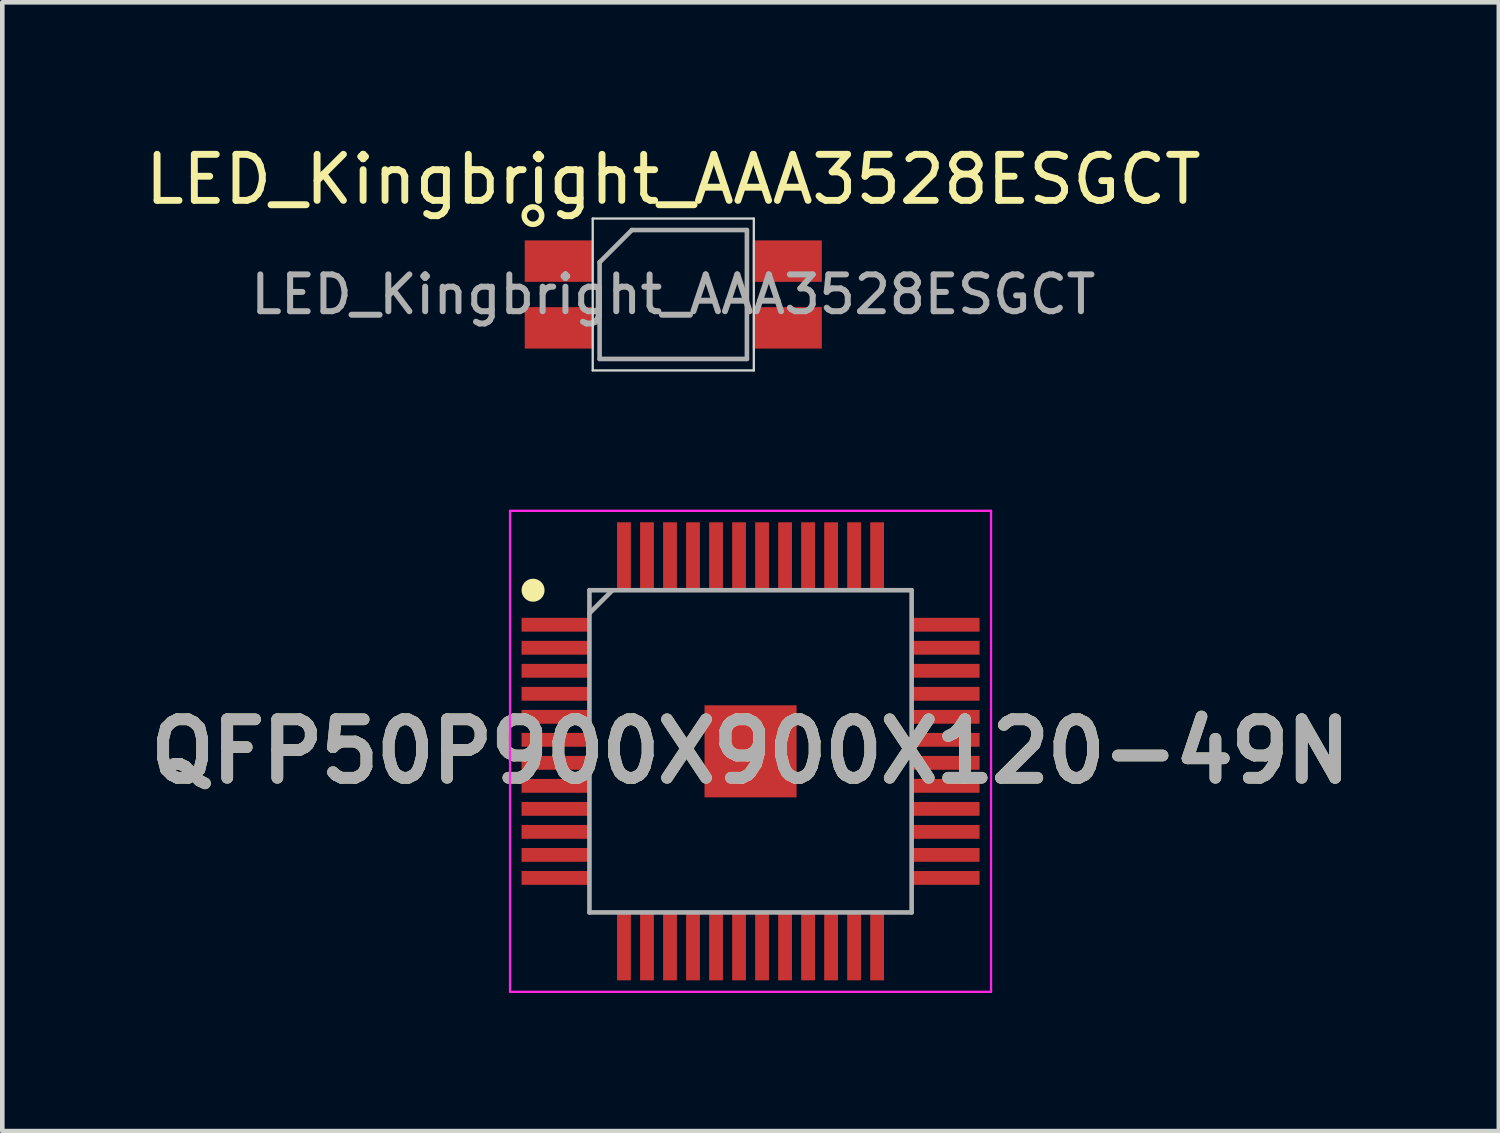
<source format=kicad_pcb>
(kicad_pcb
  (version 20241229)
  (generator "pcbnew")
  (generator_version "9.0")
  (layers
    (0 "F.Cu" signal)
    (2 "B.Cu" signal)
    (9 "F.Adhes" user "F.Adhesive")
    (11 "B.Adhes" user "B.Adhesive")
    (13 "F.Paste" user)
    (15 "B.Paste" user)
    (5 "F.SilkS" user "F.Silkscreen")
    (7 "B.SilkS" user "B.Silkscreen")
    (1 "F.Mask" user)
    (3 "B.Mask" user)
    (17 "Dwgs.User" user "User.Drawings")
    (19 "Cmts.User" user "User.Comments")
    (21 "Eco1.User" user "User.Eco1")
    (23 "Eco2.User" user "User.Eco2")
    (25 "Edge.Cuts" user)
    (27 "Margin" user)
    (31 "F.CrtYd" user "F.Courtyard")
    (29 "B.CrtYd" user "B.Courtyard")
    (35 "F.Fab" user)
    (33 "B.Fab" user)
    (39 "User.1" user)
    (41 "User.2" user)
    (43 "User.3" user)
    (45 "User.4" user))
  (footprint "QFP50P900X900X120-49N"
    (layer "F.Cu")
    (at 13.256 13.273)
    (property "Reference" "QFP50P900X900X120-49N" (at 0 0 0) (layer "F.SilkS") (effects (font (size 1.27 1.27) (thickness 0.254))))
    (attr smd)
    (fp_circle (center -4.725 -3.5) (end -4.725 -3.375) (stroke (width 0.25) (type solid)) (fill no) (layer "F.SilkS"))
    (fp_line (start -5.225 -5.225) (end 5.225 -5.225) (stroke (width 0.05) (type solid)) (layer "F.CrtYd"))
    (fp_line (start -5.225 5.225) (end -5.225 -5.225) (stroke (width 0.05) (type solid)) (layer "F.CrtYd"))
    (fp_line (start 5.225 -5.225) (end 5.225 5.225) (stroke (width 0.05) (type solid)) (layer "F.CrtYd"))
    (fp_line (start 5.225 5.225) (end -5.225 5.225) (stroke (width 0.05) (type solid)) (layer "F.CrtYd"))
    (fp_line (start -3.5 -3.5) (end 3.5 -3.5) (stroke (width 0.1) (type solid)) (layer "F.Fab"))
    (fp_line (start -3.5 -3) (end -3 -3.5) (stroke (width 0.1) (type solid)) (layer "F.Fab"))
    (fp_line (start -3.5 3.5) (end -3.5 -3.5) (stroke (width 0.1) (type solid)) (layer "F.Fab"))
    (fp_line (start 3.5 -3.5) (end 3.5 3.5) (stroke (width 0.1) (type solid)) (layer "F.Fab"))
    (fp_line (start 3.5 3.5) (end -3.5 3.5) (stroke (width 0.1) (type solid)) (layer "F.Fab"))
    (fp_text user "${REFERENCE}" (at 0 0 0) (layer "F.Fab") (effects (font (size 1.27 1.27) (thickness 0.254))))
    (pad "1" smd rect (at -4.238 -2.75 90) (size 0.3 1.475) (layers "F.Cu" "F.Mask" "F.Paste"))
    (pad "2" smd rect (at -4.238 -2.25 90) (size 0.3 1.475) (layers "F.Cu" "F.Mask" "F.Paste"))
    (pad "3" smd rect (at -4.238 -1.75 90) (size 0.3 1.475) (layers "F.Cu" "F.Mask" "F.Paste"))
    (pad "4" smd rect (at -4.238 -1.25 90) (size 0.3 1.475) (layers "F.Cu" "F.Mask" "F.Paste"))
    (pad "5" smd rect (at -4.238 -0.75 90) (size 0.3 1.475) (layers "F.Cu" "F.Mask" "F.Paste"))
    (pad "6" smd rect (at -4.238 -0.25 90) (size 0.3 1.475) (layers "F.Cu" "F.Mask" "F.Paste"))
    (pad "7" smd rect (at -4.238 0.25 90) (size 0.3 1.475) (layers "F.Cu" "F.Mask" "F.Paste"))
    (pad "8" smd rect (at -4.238 0.75 90) (size 0.3 1.475) (layers "F.Cu" "F.Mask" "F.Paste"))
    (pad "9" smd rect (at -4.238 1.25 90) (size 0.3 1.475) (layers "F.Cu" "F.Mask" "F.Paste"))
    (pad "10" smd rect (at -4.238 1.75 90) (size 0.3 1.475) (layers "F.Cu" "F.Mask" "F.Paste"))
    (pad "11" smd rect (at -4.238 2.25 90) (size 0.3 1.475) (layers "F.Cu" "F.Mask" "F.Paste"))
    (pad "12" smd rect (at -4.238 2.75 90) (size 0.3 1.475) (layers "F.Cu" "F.Mask" "F.Paste"))
    (pad "13" smd rect (at -2.75 4.238) (size 0.3 1.475) (layers "F.Cu" "F.Mask" "F.Paste"))
    (pad "14" smd rect (at -2.25 4.238) (size 0.3 1.475) (layers "F.Cu" "F.Mask" "F.Paste"))
    (pad "15" smd rect (at -1.75 4.238) (size 0.3 1.475) (layers "F.Cu" "F.Mask" "F.Paste"))
    (pad "16" smd rect (at -1.25 4.238) (size 0.3 1.475) (layers "F.Cu" "F.Mask" "F.Paste"))
    (pad "17" smd rect (at -0.75 4.238) (size 0.3 1.475) (layers "F.Cu" "F.Mask" "F.Paste"))
    (pad "18" smd rect (at -0.25 4.238) (size 0.3 1.475) (layers "F.Cu" "F.Mask" "F.Paste"))
    (pad "19" smd rect (at 0.25 4.238) (size 0.3 1.475) (layers "F.Cu" "F.Mask" "F.Paste"))
    (pad "20" smd rect (at 0.75 4.238) (size 0.3 1.475) (layers "F.Cu" "F.Mask" "F.Paste"))
    (pad "21" smd rect (at 1.25 4.238) (size 0.3 1.475) (layers "F.Cu" "F.Mask" "F.Paste"))
    (pad "22" smd rect (at 1.75 4.238) (size 0.3 1.475) (layers "F.Cu" "F.Mask" "F.Paste"))
    (pad "23" smd rect (at 2.25 4.238) (size 0.3 1.475) (layers "F.Cu" "F.Mask" "F.Paste"))
    (pad "24" smd rect (at 2.75 4.238) (size 0.3 1.475) (layers "F.Cu" "F.Mask" "F.Paste"))
    (pad "25" smd rect (at 4.238 2.75 90) (size 0.3 1.475) (layers "F.Cu" "F.Mask" "F.Paste"))
    (pad "26" smd rect (at 4.238 2.25 90) (size 0.3 1.475) (layers "F.Cu" "F.Mask" "F.Paste"))
    (pad "27" smd rect (at 4.238 1.75 90) (size 0.3 1.475) (layers "F.Cu" "F.Mask" "F.Paste"))
    (pad "28" smd rect (at 4.238 1.25 90) (size 0.3 1.475) (layers "F.Cu" "F.Mask" "F.Paste"))
    (pad "29" smd rect (at 4.238 0.75 90) (size 0.3 1.475) (layers "F.Cu" "F.Mask" "F.Paste"))
    (pad "30" smd rect (at 4.238 0.25 90) (size 0.3 1.475) (layers "F.Cu" "F.Mask" "F.Paste"))
    (pad "31" smd rect (at 4.238 -0.25 90) (size 0.3 1.475) (layers "F.Cu" "F.Mask" "F.Paste"))
    (pad "32" smd rect (at 4.238 -0.75 90) (size 0.3 1.475) (layers "F.Cu" "F.Mask" "F.Paste"))
    (pad "33" smd rect (at 4.238 -1.25 90) (size 0.3 1.475) (layers "F.Cu" "F.Mask" "F.Paste"))
    (pad "34" smd rect (at 4.238 -1.75 90) (size 0.3 1.475) (layers "F.Cu" "F.Mask" "F.Paste"))
    (pad "35" smd rect (at 4.238 -2.25 90) (size 0.3 1.475) (layers "F.Cu" "F.Mask" "F.Paste"))
    (pad "36" smd rect (at 4.238 -2.75 90) (size 0.3 1.475) (layers "F.Cu" "F.Mask" "F.Paste"))
    (pad "37" smd rect (at 2.75 -4.238) (size 0.3 1.475) (layers "F.Cu" "F.Mask" "F.Paste"))
    (pad "38" smd rect (at 2.25 -4.238) (size 0.3 1.475) (layers "F.Cu" "F.Mask" "F.Paste"))
    (pad "39" smd rect (at 1.75 -4.238) (size 0.3 1.475) (layers "F.Cu" "F.Mask" "F.Paste"))
    (pad "40" smd rect (at 1.25 -4.238) (size 0.3 1.475) (layers "F.Cu" "F.Mask" "F.Paste"))
    (pad "41" smd rect (at 0.75 -4.238) (size 0.3 1.475) (layers "F.Cu" "F.Mask" "F.Paste"))
    (pad "42" smd rect (at 0.25 -4.238) (size 0.3 1.475) (layers "F.Cu" "F.Mask" "F.Paste"))
    (pad "43" smd rect (at -0.25 -4.238) (size 0.3 1.475) (layers "F.Cu" "F.Mask" "F.Paste"))
    (pad "44" smd rect (at -0.75 -4.238) (size 0.3 1.475) (layers "F.Cu" "F.Mask" "F.Paste"))
    (pad "45" smd rect (at -1.25 -4.238) (size 0.3 1.475) (layers "F.Cu" "F.Mask" "F.Paste"))
    (pad "46" smd rect (at -1.75 -4.238) (size 0.3 1.475) (layers "F.Cu" "F.Mask" "F.Paste"))
    (pad "47" smd rect (at -2.25 -4.238) (size 0.3 1.475) (layers "F.Cu" "F.Mask" "F.Paste"))
    (pad "48" smd rect (at -2.75 -4.238) (size 0.3 1.475) (layers "F.Cu" "F.Mask" "F.Paste"))
    (pad "49" smd rect (at 0 0) (size 2 2) (layers "F.Cu" "F.Mask" "F.Paste")))
  (footprint "LED_Kingbright_AAA3528ESGCT"
    (layer "F.Cu")
    (at 11.577 3.348)
    (property "Reference" "LED_Kingbright_AAA3528ESGCT" (at 0 -2.5 0) (layer "F.SilkS") (effects (font (size 1 1) (thickness 0.15))))
    (attr smd)
    (fp_circle (center -3.048 -1.714) (end -3.048 -1.524) (stroke (width 0.12) (type solid)) (fill no) (layer "F.SilkS"))
    (fp_line (start -1.75 -1.65) (end -1.75 1.65) (stroke (width 0.05) (type solid)) (layer "Edge.Cuts"))
    (fp_line (start -1.75 -1.65) (end 1.75 -1.65) (stroke (width 0.05) (type solid)) (layer "Edge.Cuts"))
    (fp_line (start -1.75 1.65) (end 1.75 1.65) (stroke (width 0.05) (type solid)) (layer "Edge.Cuts"))
    (fp_line (start 1.75 -1.65) (end 1.75 1.65) (stroke (width 0.05) (type solid)) (layer "Edge.Cuts"))
    (fp_line (start -1.6 1.4) (end -1.6 -0.7) (stroke (width 0.1) (type solid)) (layer "F.Fab"))
    (fp_line (start -0.9 -1.4) (end -1.6 -0.7) (stroke (width 0.1) (type solid)) (layer "F.Fab"))
    (fp_line (start -0.9 -1.4) (end 1.6 -1.4) (stroke (width 0.1) (type solid)) (layer "F.Fab"))
    (fp_line (start 1.6 -1.4) (end 1.6 1.4) (stroke (width 0.1) (type solid)) (layer "F.Fab"))
    (fp_line (start 1.6 1.4) (end -1.6 1.4) (stroke (width 0.1) (type solid)) (layer "F.Fab"))
    (fp_text user "${REFERENCE}" (at 0 0 0) (layer "F.Fab") (effects (font (size 0.8 0.8) (thickness 0.13))))
    (pad "1" smd rect (at -2.477 -0.725) (size 1.5 0.9) (layers "F.Cu" "F.Mask" "F.Paste"))
    (pad "2" smd rect (at 2.477 -0.725) (size 1.5 0.9) (layers "F.Cu" "F.Mask" "F.Paste"))
    (pad "3" smd rect (at 2.477 0.725) (size 1.5 0.9) (layers "F.Cu" "F.Mask" "F.Paste"))
    (pad "4" smd rect (at -2.477 0.725) (size 1.5 0.9) (layers "F.Cu" "F.Mask" "F.Paste")))
  (gr_rect
    (start -3 -3)
    (end 29.513 21.523)
    (stroke (width 0.1) (type default))
    (fill no)
    (layer "Edge.Cuts")))
</source>
